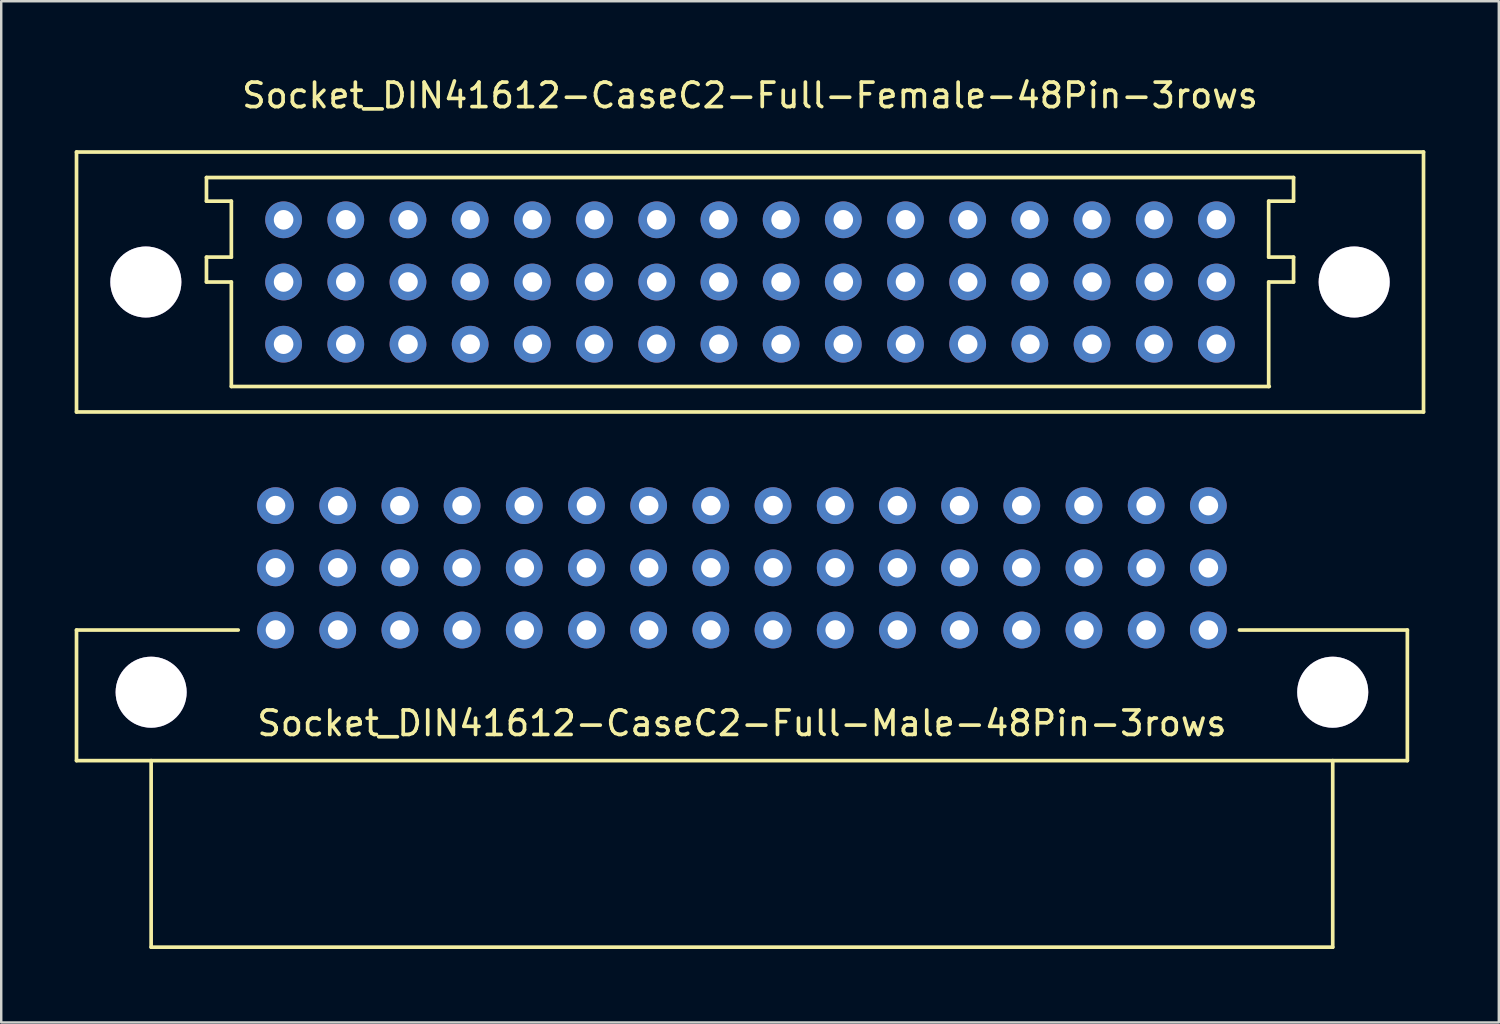
<source format=kicad_pcb>
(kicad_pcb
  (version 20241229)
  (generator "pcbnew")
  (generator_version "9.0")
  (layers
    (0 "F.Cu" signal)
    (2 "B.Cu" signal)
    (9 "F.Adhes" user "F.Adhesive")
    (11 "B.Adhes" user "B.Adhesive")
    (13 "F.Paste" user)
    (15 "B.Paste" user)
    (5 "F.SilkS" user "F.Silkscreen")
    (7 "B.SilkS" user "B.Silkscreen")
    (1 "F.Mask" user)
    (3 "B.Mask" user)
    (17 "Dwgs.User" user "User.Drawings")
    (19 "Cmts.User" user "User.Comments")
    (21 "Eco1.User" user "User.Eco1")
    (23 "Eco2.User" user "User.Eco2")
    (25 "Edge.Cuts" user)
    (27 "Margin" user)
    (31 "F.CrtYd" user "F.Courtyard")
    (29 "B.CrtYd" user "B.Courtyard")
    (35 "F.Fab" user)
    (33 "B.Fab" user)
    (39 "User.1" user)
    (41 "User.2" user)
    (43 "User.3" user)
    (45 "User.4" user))
  (footprint "Socket_DIN41612-CaseC2-Full-Female-48Pin-3rows"
    (layer "F.Cu")
    (at 27.583 8.468)
    (property "Reference" "Socket_DIN41612-CaseC2-Full-Female-48Pin-3rows" (at 0 -7.62 0) (layer "F.SilkS") (effects (font (size 1 1) (thickness 0.15))))
    (attr through_hole)
    (fp_line (start -27.508 -5.309) (end -27.508 5.309) (stroke (width 0.15) (type solid)) (layer "F.SilkS"))
    (fp_line (start -27.508 5.309) (end 27.508 5.309) (stroke (width 0.15) (type solid)) (layer "F.SilkS"))
    (fp_line (start -22.2 -3.302) (end -22.2 -4.267) (stroke (width 0.15) (type solid)) (layer "F.SilkS"))
    (fp_line (start -22.2 -1.016) (end -21.184 -1.016) (stroke (width 0.15) (type solid)) (layer "F.SilkS"))
    (fp_line (start -22.2 0) (end -22.2 -1.016) (stroke (width 0.15) (type solid)) (layer "F.SilkS"))
    (fp_line (start -21.184 -3.302) (end -22.2 -3.302) (stroke (width 0.15) (type solid)) (layer "F.SilkS"))
    (fp_line (start -21.184 -1.016) (end -21.184 -3.302) (stroke (width 0.15) (type solid)) (layer "F.SilkS"))
    (fp_line (start -21.184 0) (end -22.2 0) (stroke (width 0.15) (type solid)) (layer "F.SilkS"))
    (fp_line (start -21.184 4.267) (end -21.184 0) (stroke (width 0.15) (type solid)) (layer "F.SilkS"))
    (fp_line (start 21.184 -3.302) (end 22.2 -3.302) (stroke (width 0.15) (type solid)) (layer "F.SilkS"))
    (fp_line (start 21.184 -1.016) (end 21.184 -3.302) (stroke (width 0.15) (type solid)) (layer "F.SilkS"))
    (fp_line (start 21.184 0) (end 22.2 0) (stroke (width 0.15) (type solid)) (layer "F.SilkS"))
    (fp_line (start 21.184 4.267) (end 21.184 0) (stroke (width 0.15) (type solid)) (layer "F.SilkS"))
    (fp_line (start 21.209 4.267) (end -21.184 4.267) (stroke (width 0.15) (type solid)) (layer "F.SilkS"))
    (fp_line (start 22.2 -4.267) (end -22.2 -4.267) (stroke (width 0.15) (type solid)) (layer "F.SilkS"))
    (fp_line (start 22.2 -3.302) (end 22.2 -4.267) (stroke (width 0.15) (type solid)) (layer "F.SilkS"))
    (fp_line (start 22.2 -1.016) (end 21.184 -1.016) (stroke (width 0.15) (type solid)) (layer "F.SilkS"))
    (fp_line (start 22.2 0) (end 22.2 -1.016) (stroke (width 0.15) (type solid)) (layer "F.SilkS"))
    (fp_line (start 27.508 -5.309) (end -27.508 -5.309) (stroke (width 0.15) (type solid)) (layer "F.SilkS"))
    (fp_line (start 27.508 5.309) (end 27.508 -5.309) (stroke (width 0.15) (type solid)) (layer "F.SilkS"))
    (pad "1" thru_hole circle (at -24.676 0) (size 2.901 2.901) (drill 2.901) (layers "*.Cu" "*.Mask"))
    (pad "1" thru_hole circle (at 24.676 0) (size 2.901 2.901) (drill 2.901) (layers "*.Cu" "*.Mask"))
    (pad "1a" thru_hole circle (at 19.05 -2.54 180) (size 1.501 1.501) (drill 0.8) (layers "*.Cu" "*.Mask"))
    (pad "1b" thru_hole circle (at 19.05 0 180) (size 1.501 1.501) (drill 0.8) (layers "*.Cu" "*.Mask"))
    (pad "1c" thru_hole circle (at 19.05 2.54 180) (size 1.501 1.501) (drill 0.8) (layers "*.Cu" "*.Mask"))
    (pad "2a" thru_hole circle (at 16.51 -2.54 180) (size 1.501 1.501) (drill 0.8) (layers "*.Cu" "*.Mask"))
    (pad "2b" thru_hole circle (at 16.51 0 180) (size 1.501 1.501) (drill 0.8) (layers "*.Cu" "*.Mask"))
    (pad "2c" thru_hole circle (at 16.51 2.54 180) (size 1.501 1.501) (drill 0.8) (layers "*.Cu" "*.Mask"))
    (pad "3a" thru_hole circle (at 13.97 -2.54 180) (size 1.501 1.501) (drill 0.8) (layers "*.Cu" "*.Mask"))
    (pad "3b" thru_hole circle (at 13.97 0 180) (size 1.501 1.501) (drill 0.8) (layers "*.Cu" "*.Mask"))
    (pad "3c" thru_hole circle (at 13.97 2.54 180) (size 1.501 1.501) (drill 0.8) (layers "*.Cu" "*.Mask"))
    (pad "4a" thru_hole circle (at 11.43 -2.54 180) (size 1.501 1.501) (drill 0.8) (layers "*.Cu" "*.Mask"))
    (pad "4b" thru_hole circle (at 11.43 0 180) (size 1.501 1.501) (drill 0.8) (layers "*.Cu" "*.Mask"))
    (pad "4c" thru_hole circle (at 11.43 2.54 180) (size 1.501 1.501) (drill 0.8) (layers "*.Cu" "*.Mask"))
    (pad "5a" thru_hole circle (at 8.89 -2.54 180) (size 1.501 1.501) (drill 0.8) (layers "*.Cu" "*.Mask"))
    (pad "5b" thru_hole circle (at 8.89 0 180) (size 1.501 1.501) (drill 0.8) (layers "*.Cu" "*.Mask"))
    (pad "5c" thru_hole circle (at 8.89 2.54 180) (size 1.501 1.501) (drill 0.8) (layers "*.Cu" "*.Mask"))
    (pad "6a" thru_hole circle (at 6.35 -2.54 180) (size 1.501 1.501) (drill 0.8) (layers "*.Cu" "*.Mask"))
    (pad "6b" thru_hole circle (at 6.35 0 180) (size 1.501 1.501) (drill 0.8) (layers "*.Cu" "*.Mask"))
    (pad "6c" thru_hole circle (at 6.35 2.54 180) (size 1.501 1.501) (drill 0.8) (layers "*.Cu" "*.Mask"))
    (pad "7a" thru_hole circle (at 3.81 -2.54 180) (size 1.501 1.501) (drill 0.8) (layers "*.Cu" "*.Mask"))
    (pad "7b" thru_hole circle (at 3.81 0 180) (size 1.501 1.501) (drill 0.8) (layers "*.Cu" "*.Mask"))
    (pad "7c" thru_hole circle (at 3.81 2.54 180) (size 1.501 1.501) (drill 0.8) (layers "*.Cu" "*.Mask"))
    (pad "8a" thru_hole circle (at 1.27 -2.54 180) (size 1.501 1.501) (drill 0.8) (layers "*.Cu" "*.Mask"))
    (pad "8b" thru_hole circle (at 1.27 0 180) (size 1.501 1.501) (drill 0.8) (layers "*.Cu" "*.Mask"))
    (pad "8c" thru_hole circle (at 1.27 2.54 180) (size 1.501 1.501) (drill 0.8) (layers "*.Cu" "*.Mask"))
    (pad "9a" thru_hole circle (at -1.27 -2.54 180) (size 1.501 1.501) (drill 0.8) (layers "*.Cu" "*.Mask"))
    (pad "9b" thru_hole circle (at -1.27 0 180) (size 1.501 1.501) (drill 0.8) (layers "*.Cu" "*.Mask"))
    (pad "9c" thru_hole circle (at -1.27 2.54 180) (size 1.501 1.501) (drill 0.8) (layers "*.Cu" "*.Mask"))
    (pad "10a" thru_hole circle (at -3.81 -2.54 180) (size 1.501 1.501) (drill 0.8) (layers "*.Cu" "*.Mask"))
    (pad "10b" thru_hole circle (at -3.81 0 180) (size 1.501 1.501) (drill 0.8) (layers "*.Cu" "*.Mask"))
    (pad "10c" thru_hole circle (at -3.81 2.54 180) (size 1.501 1.501) (drill 0.8) (layers "*.Cu" "*.Mask"))
    (pad "11a" thru_hole circle (at -6.35 -2.54 180) (size 1.501 1.501) (drill 0.8) (layers "*.Cu" "*.Mask"))
    (pad "11b" thru_hole circle (at -6.35 0 180) (size 1.501 1.501) (drill 0.8) (layers "*.Cu" "*.Mask"))
    (pad "11c" thru_hole circle (at -6.35 2.54 180) (size 1.501 1.501) (drill 0.8) (layers "*.Cu" "*.Mask"))
    (pad "12a" thru_hole circle (at -8.89 -2.54 180) (size 1.501 1.501) (drill 0.8) (layers "*.Cu" "*.Mask"))
    (pad "12b" thru_hole circle (at -8.89 0 180) (size 1.501 1.501) (drill 0.8) (layers "*.Cu" "*.Mask"))
    (pad "12c" thru_hole circle (at -8.89 2.54 180) (size 1.501 1.501) (drill 0.8) (layers "*.Cu" "*.Mask"))
    (pad "13a" thru_hole circle (at -11.43 -2.54 180) (size 1.501 1.501) (drill 0.8) (layers "*.Cu" "*.Mask"))
    (pad "13b" thru_hole circle (at -11.43 0 180) (size 1.501 1.501) (drill 0.8) (layers "*.Cu" "*.Mask"))
    (pad "13c" thru_hole circle (at -11.43 2.54 180) (size 1.501 1.501) (drill 0.8) (layers "*.Cu" "*.Mask"))
    (pad "14a" thru_hole circle (at -13.97 -2.54 180) (size 1.501 1.501) (drill 0.8) (layers "*.Cu" "*.Mask"))
    (pad "14b" thru_hole circle (at -13.97 0 180) (size 1.501 1.501) (drill 0.8) (layers "*.Cu" "*.Mask"))
    (pad "14c" thru_hole circle (at -13.97 2.54 180) (size 1.501 1.501) (drill 0.8) (layers "*.Cu" "*.Mask"))
    (pad "15a" thru_hole circle (at -16.51 -2.54 180) (size 1.501 1.501) (drill 0.8) (layers "*.Cu" "*.Mask"))
    (pad "15b" thru_hole circle (at -16.51 0 180) (size 1.501 1.501) (drill 0.8) (layers "*.Cu" "*.Mask"))
    (pad "15c" thru_hole circle (at -16.51 2.54 180) (size 1.501 1.501) (drill 0.8) (layers "*.Cu" "*.Mask"))
    (pad "16a" thru_hole circle (at -19.05 -2.54 180) (size 1.501 1.501) (drill 0.8) (layers "*.Cu" "*.Mask"))
    (pad "16b" thru_hole circle (at -19.05 0 180) (size 1.501 1.501) (drill 0.8) (layers "*.Cu" "*.Mask"))
    (pad "16c" thru_hole circle (at -19.05 2.54 180) (size 1.501 1.501) (drill 0.8) (layers "*.Cu" "*.Mask")))
  (footprint "Socket_DIN41612-CaseC2-Full-Male-48Pin-3rows"
    (layer "F.Cu")
    (at 27.253 20.142)
    (property "Reference" "Socket_DIN41612-CaseC2-Full-Male-48Pin-3rows" (at 0 6.35 0) (layer "F.SilkS") (effects (font (size 1 1) (thickness 0.15))))
    (attr through_hole)
    (fp_line (start -27.178 2.54) (end -20.574 2.54) (stroke (width 0.15) (type solid)) (layer "F.SilkS"))
    (fp_line (start -27.178 7.874) (end -27.178 2.54) (stroke (width 0.15) (type solid)) (layer "F.SilkS"))
    (fp_line (start -24.13 15.494) (end -24.13 7.874) (stroke (width 0.15) (type solid)) (layer "F.SilkS"))
    (fp_line (start 24.13 7.874) (end 24.13 15.494) (stroke (width 0.15) (type solid)) (layer "F.SilkS"))
    (fp_line (start 24.13 15.494) (end -24.13 15.494) (stroke (width 0.15) (type solid)) (layer "F.SilkS"))
    (fp_line (start 27.178 2.54) (end 20.32 2.54) (stroke (width 0.15) (type solid)) (layer "F.SilkS"))
    (fp_line (start 27.178 2.54) (end 27.178 7.874) (stroke (width 0.15) (type solid)) (layer "F.SilkS"))
    (fp_line (start 27.178 7.874) (end -27.178 7.874) (stroke (width 0.15) (type solid)) (layer "F.SilkS"))
    (pad "1" thru_hole circle (at -24.13 5.08) (size 2.901 2.901) (drill 2.901) (layers "*.Cu" "*.Mask"))
    (pad "1" thru_hole circle (at 24.13 5.08) (size 2.901 2.901) (drill 2.901) (layers "*.Cu" "*.Mask"))
    (pad "1a" thru_hole circle (at 19.05 -2.54 180) (size 1.501 1.501) (drill 0.8) (layers "*.Cu" "*.Mask"))
    (pad "1b" thru_hole circle (at 19.05 0 180) (size 1.501 1.501) (drill 0.8) (layers "*.Cu" "*.Mask"))
    (pad "1c" thru_hole circle (at 19.05 2.54 180) (size 1.501 1.501) (drill 0.8) (layers "*.Cu" "*.Mask"))
    (pad "2a" thru_hole circle (at 16.51 -2.54 180) (size 1.501 1.501) (drill 0.8) (layers "*.Cu" "*.Mask"))
    (pad "2b" thru_hole circle (at 16.51 0 180) (size 1.501 1.501) (drill 0.8) (layers "*.Cu" "*.Mask"))
    (pad "2c" thru_hole circle (at 16.51 2.54 180) (size 1.501 1.501) (drill 0.8) (layers "*.Cu" "*.Mask"))
    (pad "3a" thru_hole circle (at 13.97 -2.54 180) (size 1.501 1.501) (drill 0.8) (layers "*.Cu" "*.Mask"))
    (pad "3b" thru_hole circle (at 13.97 0 180) (size 1.501 1.501) (drill 0.8) (layers "*.Cu" "*.Mask"))
    (pad "3c" thru_hole circle (at 13.97 2.54 180) (size 1.501 1.501) (drill 0.8) (layers "*.Cu" "*.Mask"))
    (pad "4a" thru_hole circle (at 11.43 -2.54 180) (size 1.501 1.501) (drill 0.8) (layers "*.Cu" "*.Mask"))
    (pad "4b" thru_hole circle (at 11.43 0 180) (size 1.501 1.501) (drill 0.8) (layers "*.Cu" "*.Mask"))
    (pad "4c" thru_hole circle (at 11.43 2.54 180) (size 1.501 1.501) (drill 0.8) (layers "*.Cu" "*.Mask"))
    (pad "5a" thru_hole circle (at 8.89 -2.54 180) (size 1.501 1.501) (drill 0.8) (layers "*.Cu" "*.Mask"))
    (pad "5b" thru_hole circle (at 8.89 0 180) (size 1.501 1.501) (drill 0.8) (layers "*.Cu" "*.Mask"))
    (pad "5c" thru_hole circle (at 8.89 2.54 180) (size 1.501 1.501) (drill 0.8) (layers "*.Cu" "*.Mask"))
    (pad "6a" thru_hole circle (at 6.35 -2.54 180) (size 1.501 1.501) (drill 0.8) (layers "*.Cu" "*.Mask"))
    (pad "6b" thru_hole circle (at 6.35 0 180) (size 1.501 1.501) (drill 0.8) (layers "*.Cu" "*.Mask"))
    (pad "6c" thru_hole circle (at 6.35 2.54 180) (size 1.501 1.501) (drill 0.8) (layers "*.Cu" "*.Mask"))
    (pad "7a" thru_hole circle (at 3.81 -2.54 180) (size 1.501 1.501) (drill 0.8) (layers "*.Cu" "*.Mask"))
    (pad "7b" thru_hole circle (at 3.81 0 180) (size 1.501 1.501) (drill 0.8) (layers "*.Cu" "*.Mask"))
    (pad "7c" thru_hole circle (at 3.81 2.54 180) (size 1.501 1.501) (drill 0.8) (layers "*.Cu" "*.Mask"))
    (pad "8a" thru_hole circle (at 1.27 -2.54 180) (size 1.501 1.501) (drill 0.8) (layers "*.Cu" "*.Mask"))
    (pad "8b" thru_hole circle (at 1.27 0 180) (size 1.501 1.501) (drill 0.8) (layers "*.Cu" "*.Mask"))
    (pad "8c" thru_hole circle (at 1.27 2.54 180) (size 1.501 1.501) (drill 0.8) (layers "*.Cu" "*.Mask"))
    (pad "9a" thru_hole circle (at -1.27 -2.54 180) (size 1.501 1.501) (drill 0.8) (layers "*.Cu" "*.Mask"))
    (pad "9b" thru_hole circle (at -1.27 0 180) (size 1.501 1.501) (drill 0.8) (layers "*.Cu" "*.Mask"))
    (pad "9c" thru_hole circle (at -1.27 2.54 180) (size 1.501 1.501) (drill 0.8) (layers "*.Cu" "*.Mask"))
    (pad "10a" thru_hole circle (at -3.81 -2.54 180) (size 1.501 1.501) (drill 0.8) (layers "*.Cu" "*.Mask"))
    (pad "10b" thru_hole circle (at -3.81 0 180) (size 1.501 1.501) (drill 0.8) (layers "*.Cu" "*.Mask"))
    (pad "10c" thru_hole circle (at -3.81 2.54 180) (size 1.501 1.501) (drill 0.8) (layers "*.Cu" "*.Mask"))
    (pad "11a" thru_hole circle (at -6.35 -2.54 180) (size 1.501 1.501) (drill 0.8) (layers "*.Cu" "*.Mask"))
    (pad "11b" thru_hole circle (at -6.35 0 180) (size 1.501 1.501) (drill 0.8) (layers "*.Cu" "*.Mask"))
    (pad "11c" thru_hole circle (at -6.35 2.54 180) (size 1.501 1.501) (drill 0.8) (layers "*.Cu" "*.Mask"))
    (pad "12a" thru_hole circle (at -8.89 -2.54 180) (size 1.501 1.501) (drill 0.8) (layers "*.Cu" "*.Mask"))
    (pad "12b" thru_hole circle (at -8.89 0 180) (size 1.501 1.501) (drill 0.8) (layers "*.Cu" "*.Mask"))
    (pad "12c" thru_hole circle (at -8.89 2.54 180) (size 1.501 1.501) (drill 0.8) (layers "*.Cu" "*.Mask"))
    (pad "13a" thru_hole circle (at -11.43 -2.54 180) (size 1.501 1.501) (drill 0.8) (layers "*.Cu" "*.Mask"))
    (pad "13b" thru_hole circle (at -11.43 0 180) (size 1.501 1.501) (drill 0.8) (layers "*.Cu" "*.Mask"))
    (pad "13c" thru_hole circle (at -11.43 2.54 180) (size 1.501 1.501) (drill 0.8) (layers "*.Cu" "*.Mask"))
    (pad "14a" thru_hole circle (at -13.97 -2.54 180) (size 1.501 1.501) (drill 0.8) (layers "*.Cu" "*.Mask"))
    (pad "14b" thru_hole circle (at -13.97 0 180) (size 1.501 1.501) (drill 0.8) (layers "*.Cu" "*.Mask"))
    (pad "14c" thru_hole circle (at -13.97 2.54 180) (size 1.501 1.501) (drill 0.8) (layers "*.Cu" "*.Mask"))
    (pad "15a" thru_hole circle (at -16.51 -2.54 180) (size 1.501 1.501) (drill 0.8) (layers "*.Cu" "*.Mask"))
    (pad "15b" thru_hole circle (at -16.51 0 180) (size 1.501 1.501) (drill 0.8) (layers "*.Cu" "*.Mask"))
    (pad "15c" thru_hole circle (at -16.51 2.54 180) (size 1.501 1.501) (drill 0.8) (layers "*.Cu" "*.Mask"))
    (pad "16a" thru_hole circle (at -19.05 -2.54 180) (size 1.501 1.501) (drill 0.8) (layers "*.Cu" "*.Mask"))
    (pad "16b" thru_hole circle (at -19.05 0 180) (size 1.501 1.501) (drill 0.8) (layers "*.Cu" "*.Mask"))
    (pad "16c" thru_hole circle (at -19.05 2.54 180) (size 1.501 1.501) (drill 0.8) (layers "*.Cu" "*.Mask")))
  (gr_rect
    (start -3 -3)
    (end 58.166 38.711)
    (stroke (width 0.1) (type default))
    (fill no)
    (layer "Edge.Cuts")))
</source>
